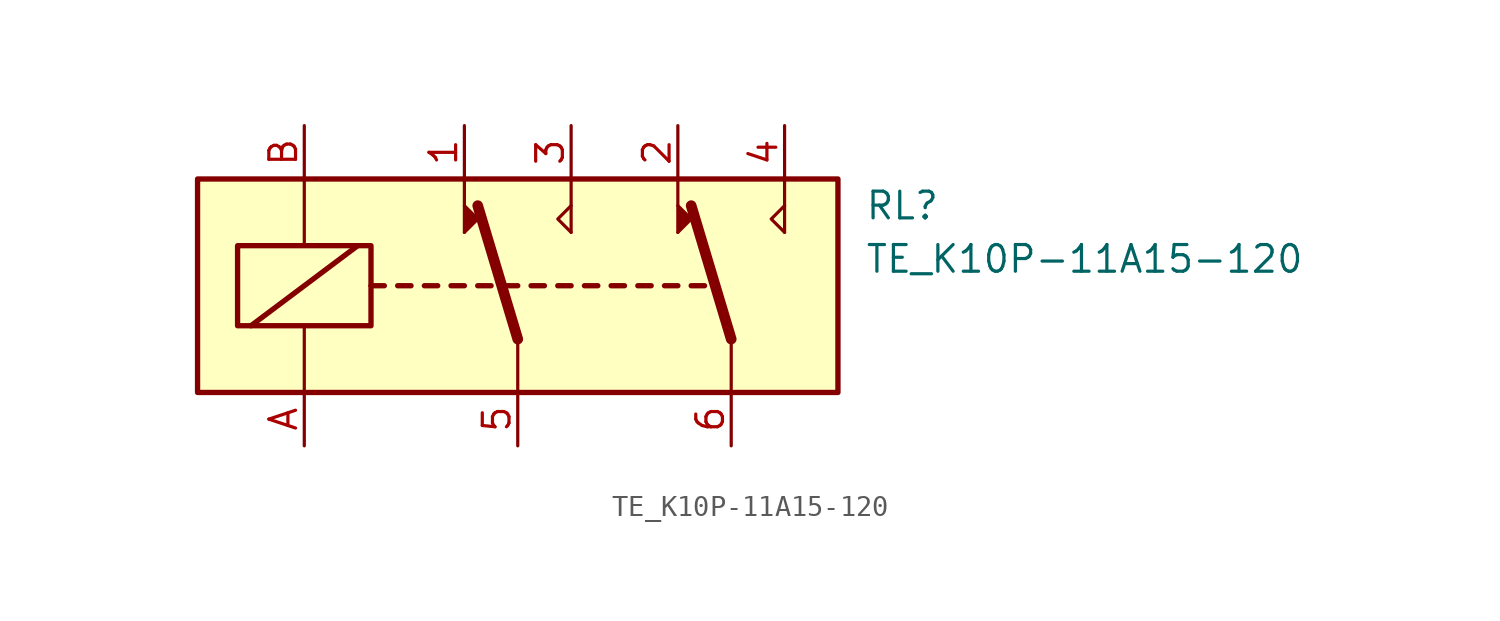
<source format=kicad_sym>
(kicad_symbol_lib
  (version 20211014)
  (generator kicad_symbol_editor)
  (symbol "TE_K10P-11A15-120"
    (pin_names
      (offset 1.016))
    (property "Reference" "RL"
      (at 16.51 3.81 0)
      (effects (font (size 1.27 1.27)) (justify left)))
    (property "Value" "TE_K10P-11A15-120"
      (at 16.51 1.27 0)
      (effects (font (size 1.27 1.27)) (justify left)))
    (symbol "TE_K10P-11A15-120_0_1"
      (rectangle (start -15.24 5.08) (end 15.24 -5.08) (stroke (width 0.254) (type default) (color 0 0 0 0)) (fill (type background)))
      (rectangle (start -13.335 1.905) (end -6.985 -1.905) (stroke (width 0.254) (type default) (color 0 0 0 0)) (fill (type none)))
      (polyline (pts (xy -12.7 -1.905) (xy -7.62 1.905)) (stroke (width 0.254) (type default) (color 0 0 0 0)) (fill (type none)))
      (polyline (pts (xy -10.16 -5.08) (xy -10.16 -1.905)) (stroke (width 0) (type default) (color 0 0 0 0)) (fill (type none)))
      (polyline (pts (xy -10.16 5.08) (xy -10.16 1.905)) (stroke (width 0) (type default) (color 0 0 0 0)) (fill (type none)))
      (polyline (pts (xy -6.985 0) (xy -6.35 0)) (stroke (width 0.254) (type default) (color 0 0 0 0)) (fill (type none)))
      (polyline (pts (xy -5.715 0) (xy -5.08 0)) (stroke (width 0.254) (type default) (color 0 0 0 0)) (fill (type none)))
      (polyline (pts (xy -4.445 0) (xy -3.81 0)) (stroke (width 0.254) (type default) (color 0 0 0 0)) (fill (type none)))
      (polyline (pts (xy -3.175 0) (xy -2.54 0)) (stroke (width 0.254) (type default) (color 0 0 0 0)) (fill (type none)))
      (polyline (pts (xy -2.54 2.54) (xy -2.54 5.08)) (stroke (width 0) (type default) (color 0 0 0 0)) (fill (type none)))
      (polyline (pts (xy -1.905 0) (xy -1.27 0)) (stroke (width 0.254) (type default) (color 0 0 0 0)) (fill (type none)))
      (polyline (pts (xy -0.635 0) (xy 0 0)) (stroke (width 0.254) (type default) (color 0 0 0 0)) (fill (type none)))
      (polyline (pts (xy 0 -2.54) (xy -1.905 3.81)) (stroke (width 0.508) (type default) (color 0 0 0 0)) (fill (type none)))
      (polyline (pts (xy 0 -2.54) (xy 0 -5.08)) (stroke (width 0) (type default) (color 0 0 0 0)) (fill (type none)))
      (polyline (pts (xy 0.635 0) (xy 1.27 0)) (stroke (width 0.254) (type default) (color 0 0 0 0)) (fill (type none)))
      (polyline (pts (xy 1.905 0) (xy 2.54 0)) (stroke (width 0.254) (type default) (color 0 0 0 0)) (fill (type none)))
      (polyline (pts (xy 2.54 2.54) (xy 2.54 5.08)) (stroke (width 0) (type default) (color 0 0 0 0)) (fill (type none)))
      (polyline (pts (xy 3.175 0) (xy 3.81 0)) (stroke (width 0.254) (type default) (color 0 0 0 0)) (fill (type none)))
      (polyline (pts (xy 4.445 0) (xy 5.08 0)) (stroke (width 0.254) (type default) (color 0 0 0 0)) (fill (type none)))
      (polyline (pts (xy 5.715 0) (xy 6.35 0)) (stroke (width 0.254) (type default) (color 0 0 0 0)) (fill (type none)))
      (polyline (pts (xy 6.985 0) (xy 7.62 0)) (stroke (width 0.254) (type default) (color 0 0 0 0)) (fill (type none)))
      (polyline (pts (xy 7.62 2.54) (xy 7.62 5.08)) (stroke (width 0) (type default) (color 0 0 0 0)) (fill (type none)))
      (polyline (pts (xy 8.255 0) (xy 8.89 0)) (stroke (width 0.254) (type default) (color 0 0 0 0)) (fill (type none)))
      (polyline (pts (xy 10.16 -2.54) (xy 8.255 3.81)) (stroke (width 0.508) (type default) (color 0 0 0 0)) (fill (type none)))
      (polyline (pts (xy 10.16 -2.54) (xy 10.16 -5.08)) (stroke (width 0) (type default) (color 0 0 0 0)) (fill (type none)))
      (polyline (pts (xy 12.7 2.54) (xy 12.7 5.08)) (stroke (width 0) (type default) (color 0 0 0 0)) (fill (type none)))
      (polyline (pts (xy -2.54 2.54) (xy -1.905 3.175) (xy -2.54 3.81)) (stroke (width 0) (type default) (color 0 0 0 0)) (fill (type outline)))
      (polyline (pts (xy 2.54 2.54) (xy 1.905 3.175) (xy 2.54 3.81)) (stroke (width 0) (type default) (color 0 0 0 0)) (fill (type none)))
      (polyline (pts (xy 7.62 2.54) (xy 8.255 3.175) (xy 7.62 3.81)) (stroke (width 0) (type default) (color 0 0 0 0)) (fill (type outline)))
      (polyline (pts (xy 12.7 2.54) (xy 12.065 3.175) (xy 12.7 3.81)) (stroke (width 0) (type default) (color 0 0 0 0)) (fill (type none))))
    (symbol "TE_K10P-11A15-120_1_1"
      (pin passive line (at -2.54 7.62 270) (length 2.54) (name "~" (effects (font (size 1.27 1.27)))) (number "1" (effects (font (size 1.27 1.27)))))
      (pin passive line (at 7.62 7.62 270) (length 2.54) (name "~" (effects (font (size 1.27 1.27)))) (number "2" (effects (font (size 1.27 1.27)))))
      (pin passive line (at 2.54 7.62 270) (length 2.54) (name "~" (effects (font (size 1.27 1.27)))) (number "3" (effects (font (size 1.27 1.27)))))
      (pin passive line (at 12.7 7.62 270) (length 2.54) (name "~" (effects (font (size 1.27 1.27)))) (number "4" (effects (font (size 1.27 1.27)))))
      (pin passive line (at 0 -7.62 90) (length 2.54) (name "~" (effects (font (size 1.27 1.27)))) (number "5" (effects (font (size 1.27 1.27)))))
      (pin passive line (at 10.16 -7.62 90) (length 2.54) (name "~" (effects (font (size 1.27 1.27)))) (number "6" (effects (font (size 1.27 1.27)))))
      (pin passive line (at -10.16 -7.62 90) (length 2.54) (name "~" (effects (font (size 1.27 1.27)))) (number "A" (effects (font (size 1.27 1.27)))))
      (pin passive line (at -10.16 7.62 270) (length 2.54) (name "~" (effects (font (size 1.27 1.27)))) (number "B" (effects (font (size 1.27 1.27))))))))
</source>
